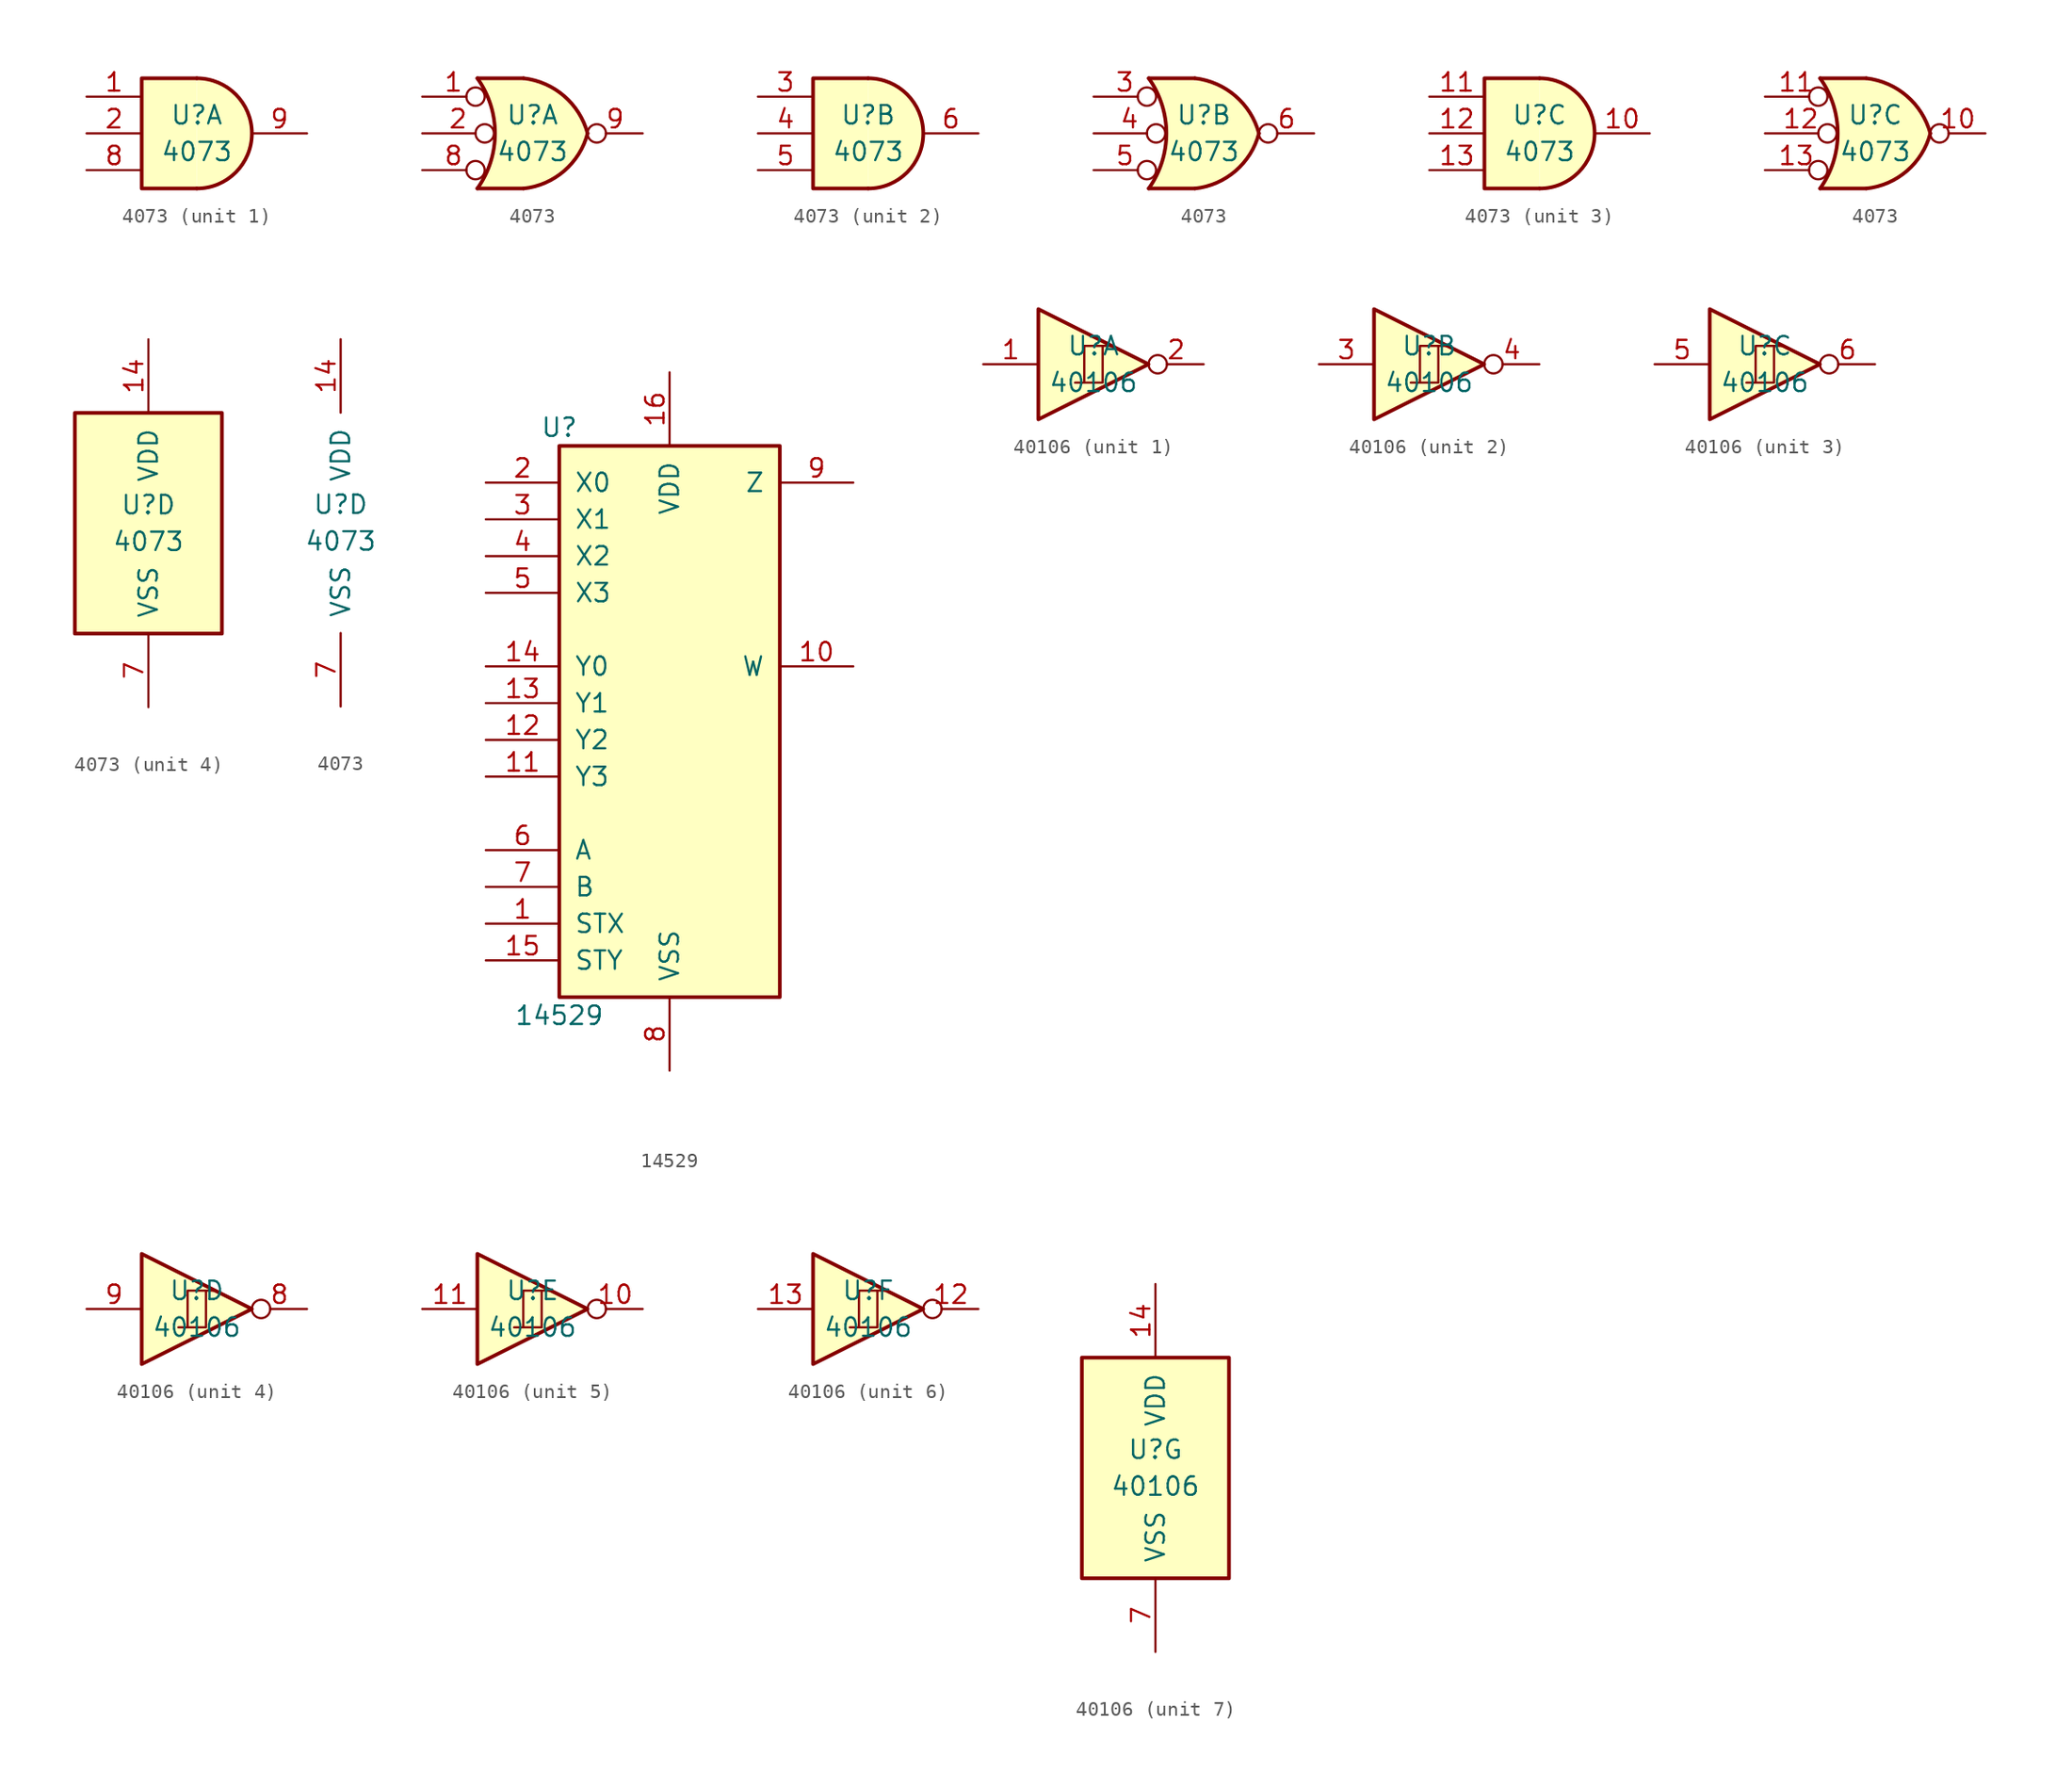
<source format=kicad_sym>
(kicad_symbol_lib
  (version 20201005)
  (generator kicad_symbol_editor)
  (symbol "4073"
    (pin_names
      (offset 1.016))
    (property "Reference" "U"
      (at 0 1.27 0)
      (effects (font (size 1.27 1.27))))
    (property "Value" "4073"
      (at 0 -1.27 0)
      (effects (font (size 1.27 1.27))))
    (property "ki_locked" ""
      (at 0 0 0)
      (effects (font (size 1.27 1.27))))
    (symbol "4073_1_1"
      (arc (start 0 -3.81) (end 0 3.81) (radius (at 0 0) (length 3.81) (angles -89.9 89.9)) (stroke (width 0.254)) (fill (type background)))
      (polyline (pts (xy 0 3.81) (xy -3.81 3.81) (xy -3.81 -3.81) (xy 0 -3.81)) (stroke (width 0.254)) (fill (type background)))
      (pin input line (at -7.62 2.54 0) (length 3.81) (name "~" (effects (font (size 1.27 1.27)))) (number "1" (effects (font (size 1.27 1.27)))))
      (pin input line (at -7.62 0 0) (length 3.81) (name "~" (effects (font (size 1.27 1.27)))) (number "2" (effects (font (size 1.27 1.27)))))
      (pin input line (at -7.62 -2.54 0) (length 3.81) (name "~" (effects (font (size 1.27 1.27)))) (number "8" (effects (font (size 1.27 1.27)))))
      (pin output line (at 7.62 0 180) (length 3.81) (name "~" (effects (font (size 1.27 1.27)))) (number "9" (effects (font (size 1.27 1.27))))))
    (symbol "4073_1_2"
      (arc (start -3.81 3.81) (end -3.81 -3.81) (radius (at -9.144 0) (length 6.5532) (angles 35.4 -35.4)) (stroke (width 0.254)) (fill (type none)))
      (arc (start 3.81 0) (end -0.6096 3.81) (radius (at -1.1938 -1.3208) (length 5.1816) (angles 15 83.7)) (stroke (width 0.254)) (fill (type background)))
      (arc (start 3.81 0) (end -0.6096 -3.81) (radius (at -1.1938 1.3208) (length 5.1816) (angles -15 -83.7)) (stroke (width 0.254)) (fill (type background)))
      (polyline (pts (xy -3.81 -3.81) (xy -0.635 -3.81)) (stroke (width 0.254)) (fill (type background)))
      (polyline (pts (xy -3.81 3.81) (xy -0.635 3.81)) (stroke (width 0.254)) (fill (type background)))
      (polyline (pts (xy -0.635 3.81) (xy -3.81 3.81) (xy -3.81 3.81) (xy -3.556 3.404) (xy -3.023 2.261) (xy -2.692 1.041) (xy -2.616 -0.254) (xy -2.769 -1.499) (xy -3.175 -2.718) (xy -3.81 -3.81) (xy -3.81 -3.81) (xy -0.635 -3.81)) (stroke (width -25.4)) (fill (type background)))
      (pin input inverted (at -7.62 2.54 0) (length 4.318) (name "~" (effects (font (size 1.27 1.27)))) (number "1" (effects (font (size 1.27 1.27)))))
      (pin input inverted (at -7.62 0 0) (length 4.953) (name "~" (effects (font (size 1.27 1.27)))) (number "2" (effects (font (size 1.27 1.27)))))
      (pin input inverted (at -7.62 -2.54 0) (length 4.318) (name "~" (effects (font (size 1.27 1.27)))) (number "8" (effects (font (size 1.27 1.27)))))
      (pin output inverted (at 7.62 0 180) (length 3.81) (name "~" (effects (font (size 1.27 1.27)))) (number "9" (effects (font (size 1.27 1.27))))))
    (symbol "4073_2_1"
      (arc (start 0 -3.81) (end 0 3.81) (radius (at 0 0) (length 3.81) (angles -89.9 89.9)) (stroke (width 0.254)) (fill (type background)))
      (polyline (pts (xy 0 3.81) (xy -3.81 3.81) (xy -3.81 -3.81) (xy 0 -3.81)) (stroke (width 0.254)) (fill (type background)))
      (pin input line (at -7.62 2.54 0) (length 3.81) (name "~" (effects (font (size 1.27 1.27)))) (number "3" (effects (font (size 1.27 1.27)))))
      (pin input line (at -7.62 0 0) (length 3.81) (name "~" (effects (font (size 1.27 1.27)))) (number "4" (effects (font (size 1.27 1.27)))))
      (pin input line (at -7.62 -2.54 0) (length 3.81) (name "~" (effects (font (size 1.27 1.27)))) (number "5" (effects (font (size 1.27 1.27)))))
      (pin output line (at 7.62 0 180) (length 3.81) (name "~" (effects (font (size 1.27 1.27)))) (number "6" (effects (font (size 1.27 1.27))))))
    (symbol "4073_2_2"
      (arc (start -3.81 3.81) (end -3.81 -3.81) (radius (at -9.144 0) (length 6.5532) (angles 35.4 -35.4)) (stroke (width 0.254)) (fill (type none)))
      (arc (start 3.81 0) (end -0.6096 3.81) (radius (at -1.1938 -1.3208) (length 5.1816) (angles 15 83.7)) (stroke (width 0.254)) (fill (type background)))
      (arc (start 3.81 0) (end -0.6096 -3.81) (radius (at -1.1938 1.3208) (length 5.1816) (angles -15 -83.7)) (stroke (width 0.254)) (fill (type background)))
      (polyline (pts (xy -3.81 -3.81) (xy -0.635 -3.81)) (stroke (width 0.254)) (fill (type background)))
      (polyline (pts (xy -3.81 3.81) (xy -0.635 3.81)) (stroke (width 0.254)) (fill (type background)))
      (polyline (pts (xy -0.635 3.81) (xy -3.81 3.81) (xy -3.81 3.81) (xy -3.556 3.404) (xy -3.023 2.261) (xy -2.692 1.041) (xy -2.616 -0.254) (xy -2.769 -1.499) (xy -3.175 -2.718) (xy -3.81 -3.81) (xy -3.81 -3.81) (xy -0.635 -3.81)) (stroke (width -25.4)) (fill (type background)))
      (pin input inverted (at -7.62 2.54 0) (length 4.318) (name "~" (effects (font (size 1.27 1.27)))) (number "3" (effects (font (size 1.27 1.27)))))
      (pin input inverted (at -7.62 0 0) (length 4.953) (name "~" (effects (font (size 1.27 1.27)))) (number "4" (effects (font (size 1.27 1.27)))))
      (pin input inverted (at -7.62 -2.54 0) (length 4.318) (name "~" (effects (font (size 1.27 1.27)))) (number "5" (effects (font (size 1.27 1.27)))))
      (pin output inverted (at 7.62 0 180) (length 3.81) (name "~" (effects (font (size 1.27 1.27)))) (number "6" (effects (font (size 1.27 1.27))))))
    (symbol "4073_3_1"
      (arc (start 0 -3.81) (end 0 3.81) (radius (at 0 0) (length 3.81) (angles -89.9 89.9)) (stroke (width 0.254)) (fill (type background)))
      (polyline (pts (xy 0 3.81) (xy -3.81 3.81) (xy -3.81 -3.81) (xy 0 -3.81)) (stroke (width 0.254)) (fill (type background)))
      (pin output line (at 7.62 0 180) (length 3.81) (name "~" (effects (font (size 1.27 1.27)))) (number "10" (effects (font (size 1.27 1.27)))))
      (pin input line (at -7.62 2.54 0) (length 3.81) (name "~" (effects (font (size 1.27 1.27)))) (number "11" (effects (font (size 1.27 1.27)))))
      (pin input line (at -7.62 0 0) (length 3.81) (name "~" (effects (font (size 1.27 1.27)))) (number "12" (effects (font (size 1.27 1.27)))))
      (pin input line (at -7.62 -2.54 0) (length 3.81) (name "~" (effects (font (size 1.27 1.27)))) (number "13" (effects (font (size 1.27 1.27))))))
    (symbol "4073_3_2"
      (arc (start -3.81 3.81) (end -3.81 -3.81) (radius (at -9.144 0) (length 6.5532) (angles 35.4 -35.4)) (stroke (width 0.254)) (fill (type none)))
      (arc (start 3.81 0) (end -0.6096 3.81) (radius (at -1.1938 -1.3208) (length 5.1816) (angles 15 83.7)) (stroke (width 0.254)) (fill (type background)))
      (arc (start 3.81 0) (end -0.6096 -3.81) (radius (at -1.1938 1.3208) (length 5.1816) (angles -15 -83.7)) (stroke (width 0.254)) (fill (type background)))
      (polyline (pts (xy -3.81 -3.81) (xy -0.635 -3.81)) (stroke (width 0.254)) (fill (type background)))
      (polyline (pts (xy -3.81 3.81) (xy -0.635 3.81)) (stroke (width 0.254)) (fill (type background)))
      (polyline (pts (xy -0.635 3.81) (xy -3.81 3.81) (xy -3.81 3.81) (xy -3.556 3.404) (xy -3.023 2.261) (xy -2.692 1.041) (xy -2.616 -0.254) (xy -2.769 -1.499) (xy -3.175 -2.718) (xy -3.81 -3.81) (xy -3.81 -3.81) (xy -0.635 -3.81)) (stroke (width -25.4)) (fill (type background)))
      (pin output inverted (at 7.62 0 180) (length 3.81) (name "~" (effects (font (size 1.27 1.27)))) (number "10" (effects (font (size 1.27 1.27)))))
      (pin input inverted (at -7.62 2.54 0) (length 4.318) (name "~" (effects (font (size 1.27 1.27)))) (number "11" (effects (font (size 1.27 1.27)))))
      (pin input inverted (at -7.62 0 0) (length 4.953) (name "~" (effects (font (size 1.27 1.27)))) (number "12" (effects (font (size 1.27 1.27)))))
      (pin input inverted (at -7.62 -2.54 0) (length 4.318) (name "~" (effects (font (size 1.27 1.27)))) (number "13" (effects (font (size 1.27 1.27))))))
    (symbol "4073_4_0"
      (pin power_in line (at 0 12.7 270) (length 5.08) (name "VDD" (effects (font (size 1.27 1.27)))) (number "14" (effects (font (size 1.27 1.27)))))
      (pin power_in line (at 0 -12.7 90) (length 5.08) (name "VSS" (effects (font (size 1.27 1.27)))) (number "7" (effects (font (size 1.27 1.27))))))
    (symbol "4073_4_1"
      (rectangle (start -5.08 7.62) (end 5.08 -7.62) (stroke (width 0.254)) (fill (type background)))))
  (symbol "14529"
    (pin_names
      (offset 1.016))
    (property "Reference" "U"
      (at -7.62 19.05 0)
      (effects (font (size 1.27 1.27))))
    (property "Value" "14529"
      (at -7.62 -21.59 0)
      (effects (font (size 1.27 1.27))))
    (property "ki_locked" ""
      (at 0 0 0)
      (effects (font (size 1.27 1.27))))
    (symbol "14529_1_0"
      (pin input line (at -12.7 -15.24 0) (length 5.08) (name "STX" (effects (font (size 1.27 1.27)))) (number "1" (effects (font (size 1.27 1.27)))))
      (pin tri_state line (at 12.7 2.54 180) (length 5.08) (name "W" (effects (font (size 1.27 1.27)))) (number "10" (effects (font (size 1.27 1.27)))))
      (pin input line (at -12.7 -5.08 0) (length 5.08) (name "Y3" (effects (font (size 1.27 1.27)))) (number "11" (effects (font (size 1.27 1.27)))))
      (pin input line (at -12.7 -2.54 0) (length 5.08) (name "Y2" (effects (font (size 1.27 1.27)))) (number "12" (effects (font (size 1.27 1.27)))))
      (pin input line (at -12.7 0 0) (length 5.08) (name "Y1" (effects (font (size 1.27 1.27)))) (number "13" (effects (font (size 1.27 1.27)))))
      (pin input line (at -12.7 2.54 0) (length 5.08) (name "Y0" (effects (font (size 1.27 1.27)))) (number "14" (effects (font (size 1.27 1.27)))))
      (pin input line (at -12.7 -17.78 0) (length 5.08) (name "STY" (effects (font (size 1.27 1.27)))) (number "15" (effects (font (size 1.27 1.27)))))
      (pin power_in line (at 0 22.86 270) (length 5.08) (name "VDD" (effects (font (size 1.27 1.27)))) (number "16" (effects (font (size 1.27 1.27)))))
      (pin input line (at -12.7 15.24 0) (length 5.08) (name "X0" (effects (font (size 1.27 1.27)))) (number "2" (effects (font (size 1.27 1.27)))))
      (pin input line (at -12.7 12.7 0) (length 5.08) (name "X1" (effects (font (size 1.27 1.27)))) (number "3" (effects (font (size 1.27 1.27)))))
      (pin input line (at -12.7 10.16 0) (length 5.08) (name "X2" (effects (font (size 1.27 1.27)))) (number "4" (effects (font (size 1.27 1.27)))))
      (pin input line (at -12.7 7.62 0) (length 5.08) (name "X3" (effects (font (size 1.27 1.27)))) (number "5" (effects (font (size 1.27 1.27)))))
      (pin input line (at -12.7 -10.16 0) (length 5.08) (name "A" (effects (font (size 1.27 1.27)))) (number "6" (effects (font (size 1.27 1.27)))))
      (pin input line (at -12.7 -12.7 0) (length 5.08) (name "B" (effects (font (size 1.27 1.27)))) (number "7" (effects (font (size 1.27 1.27)))))
      (pin power_in line (at 0 -25.4 90) (length 5.08) (name "VSS" (effects (font (size 1.27 1.27)))) (number "8" (effects (font (size 1.27 1.27)))))
      (pin tri_state line (at 12.7 15.24 180) (length 5.08) (name "Z" (effects (font (size 1.27 1.27)))) (number "9" (effects (font (size 1.27 1.27))))))
    (symbol "14529_1_1"
      (rectangle (start -7.62 17.78) (end 7.62 -20.32) (stroke (width 0.254)) (fill (type background)))))
  (symbol "40106"
    (pin_names
      (offset 1.016))
    (property "Reference" "U"
      (at 0 1.27 0)
      (effects (font (size 1.27 1.27))))
    (property "Value" "40106"
      (at 0 -1.27 0)
      (effects (font (size 1.27 1.27))))
    (property "ki_locked" ""
      (at 0 0 0)
      (effects (font (size 1.27 1.27))))
    (symbol "40106_1_0"
      (polyline (pts (xy -0.635 -1.27) (xy -0.635 1.27) (xy 0.635 1.27)) (stroke (width 0)) (fill (type none)))
      (polyline (pts (xy -3.81 3.81) (xy -3.81 -3.81) (xy 3.81 0) (xy -3.81 3.81)) (stroke (width 0.254)) (fill (type background)))
      (polyline (pts (xy -1.27 -1.27) (xy 0.635 -1.27) (xy 0.635 1.27) (xy 1.27 1.27)) (stroke (width 0)) (fill (type none)))
      (pin input line (at -7.62 0 0) (length 3.81) (name "~" (effects (font (size 1.27 1.27)))) (number "1" (effects (font (size 1.27 1.27)))))
      (pin output inverted (at 7.62 0 180) (length 3.81) (name "~" (effects (font (size 1.27 1.27)))) (number "2" (effects (font (size 1.27 1.27))))))
    (symbol "40106_2_0"
      (polyline (pts (xy -0.635 -1.27) (xy -0.635 1.27) (xy 0.635 1.27)) (stroke (width 0)) (fill (type none)))
      (polyline (pts (xy -3.81 3.81) (xy -3.81 -3.81) (xy 3.81 0) (xy -3.81 3.81)) (stroke (width 0.254)) (fill (type background)))
      (polyline (pts (xy -1.27 -1.27) (xy 0.635 -1.27) (xy 0.635 1.27) (xy 1.27 1.27)) (stroke (width 0)) (fill (type none)))
      (pin input line (at -7.62 0 0) (length 3.81) (name "~" (effects (font (size 1.27 1.27)))) (number "3" (effects (font (size 1.27 1.27)))))
      (pin output inverted (at 7.62 0 180) (length 3.81) (name "~" (effects (font (size 1.27 1.27)))) (number "4" (effects (font (size 1.27 1.27))))))
    (symbol "40106_3_0"
      (polyline (pts (xy -0.635 -1.27) (xy -0.635 1.27) (xy 0.635 1.27)) (stroke (width 0)) (fill (type none)))
      (polyline (pts (xy -3.81 3.81) (xy -3.81 -3.81) (xy 3.81 0) (xy -3.81 3.81)) (stroke (width 0.254)) (fill (type background)))
      (polyline (pts (xy -1.27 -1.27) (xy 0.635 -1.27) (xy 0.635 1.27) (xy 1.27 1.27)) (stroke (width 0)) (fill (type none)))
      (pin input line (at -7.62 0 0) (length 3.81) (name "~" (effects (font (size 1.27 1.27)))) (number "5" (effects (font (size 1.27 1.27)))))
      (pin output inverted (at 7.62 0 180) (length 3.81) (name "~" (effects (font (size 1.27 1.27)))) (number "6" (effects (font (size 1.27 1.27))))))
    (symbol "40106_4_0"
      (polyline (pts (xy -0.635 -1.27) (xy -0.635 1.27) (xy 0.635 1.27)) (stroke (width 0)) (fill (type none)))
      (polyline (pts (xy -3.81 3.81) (xy -3.81 -3.81) (xy 3.81 0) (xy -3.81 3.81)) (stroke (width 0.254)) (fill (type background)))
      (polyline (pts (xy -1.27 -1.27) (xy 0.635 -1.27) (xy 0.635 1.27) (xy 1.27 1.27)) (stroke (width 0)) (fill (type none)))
      (pin output inverted (at 7.62 0 180) (length 3.81) (name "~" (effects (font (size 1.27 1.27)))) (number "8" (effects (font (size 1.27 1.27)))))
      (pin input line (at -7.62 0 0) (length 3.81) (name "~" (effects (font (size 1.27 1.27)))) (number "9" (effects (font (size 1.27 1.27))))))
    (symbol "40106_5_0"
      (polyline (pts (xy -0.635 -1.27) (xy -0.635 1.27) (xy 0.635 1.27)) (stroke (width 0)) (fill (type none)))
      (polyline (pts (xy -3.81 3.81) (xy -3.81 -3.81) (xy 3.81 0) (xy -3.81 3.81)) (stroke (width 0.254)) (fill (type background)))
      (polyline (pts (xy -1.27 -1.27) (xy 0.635 -1.27) (xy 0.635 1.27) (xy 1.27 1.27)) (stroke (width 0)) (fill (type none)))
      (pin output inverted (at 7.62 0 180) (length 3.81) (name "~" (effects (font (size 1.27 1.27)))) (number "10" (effects (font (size 1.27 1.27)))))
      (pin input line (at -7.62 0 0) (length 3.81) (name "~" (effects (font (size 1.27 1.27)))) (number "11" (effects (font (size 1.27 1.27))))))
    (symbol "40106_6_0"
      (polyline (pts (xy -0.635 -1.27) (xy -0.635 1.27) (xy 0.635 1.27)) (stroke (width 0)) (fill (type none)))
      (polyline (pts (xy -3.81 3.81) (xy -3.81 -3.81) (xy 3.81 0) (xy -3.81 3.81)) (stroke (width 0.254)) (fill (type background)))
      (polyline (pts (xy -1.27 -1.27) (xy 0.635 -1.27) (xy 0.635 1.27) (xy 1.27 1.27)) (stroke (width 0)) (fill (type none)))
      (pin output inverted (at 7.62 0 180) (length 3.81) (name "~" (effects (font (size 1.27 1.27)))) (number "12" (effects (font (size 1.27 1.27)))))
      (pin input line (at -7.62 0 0) (length 3.81) (name "~" (effects (font (size 1.27 1.27)))) (number "13" (effects (font (size 1.27 1.27))))))
    (symbol "40106_7_0"
      (pin power_in line (at 0 12.7 270) (length 5.08) (name "VDD" (effects (font (size 1.27 1.27)))) (number "14" (effects (font (size 1.27 1.27)))))
      (pin power_in line (at 0 -12.7 90) (length 5.08) (name "VSS" (effects (font (size 1.27 1.27)))) (number "7" (effects (font (size 1.27 1.27))))))
    (symbol "40106_7_1"
      (rectangle (start -5.08 7.62) (end 5.08 -7.62) (stroke (width 0.254)) (fill (type background))))))
</source>
